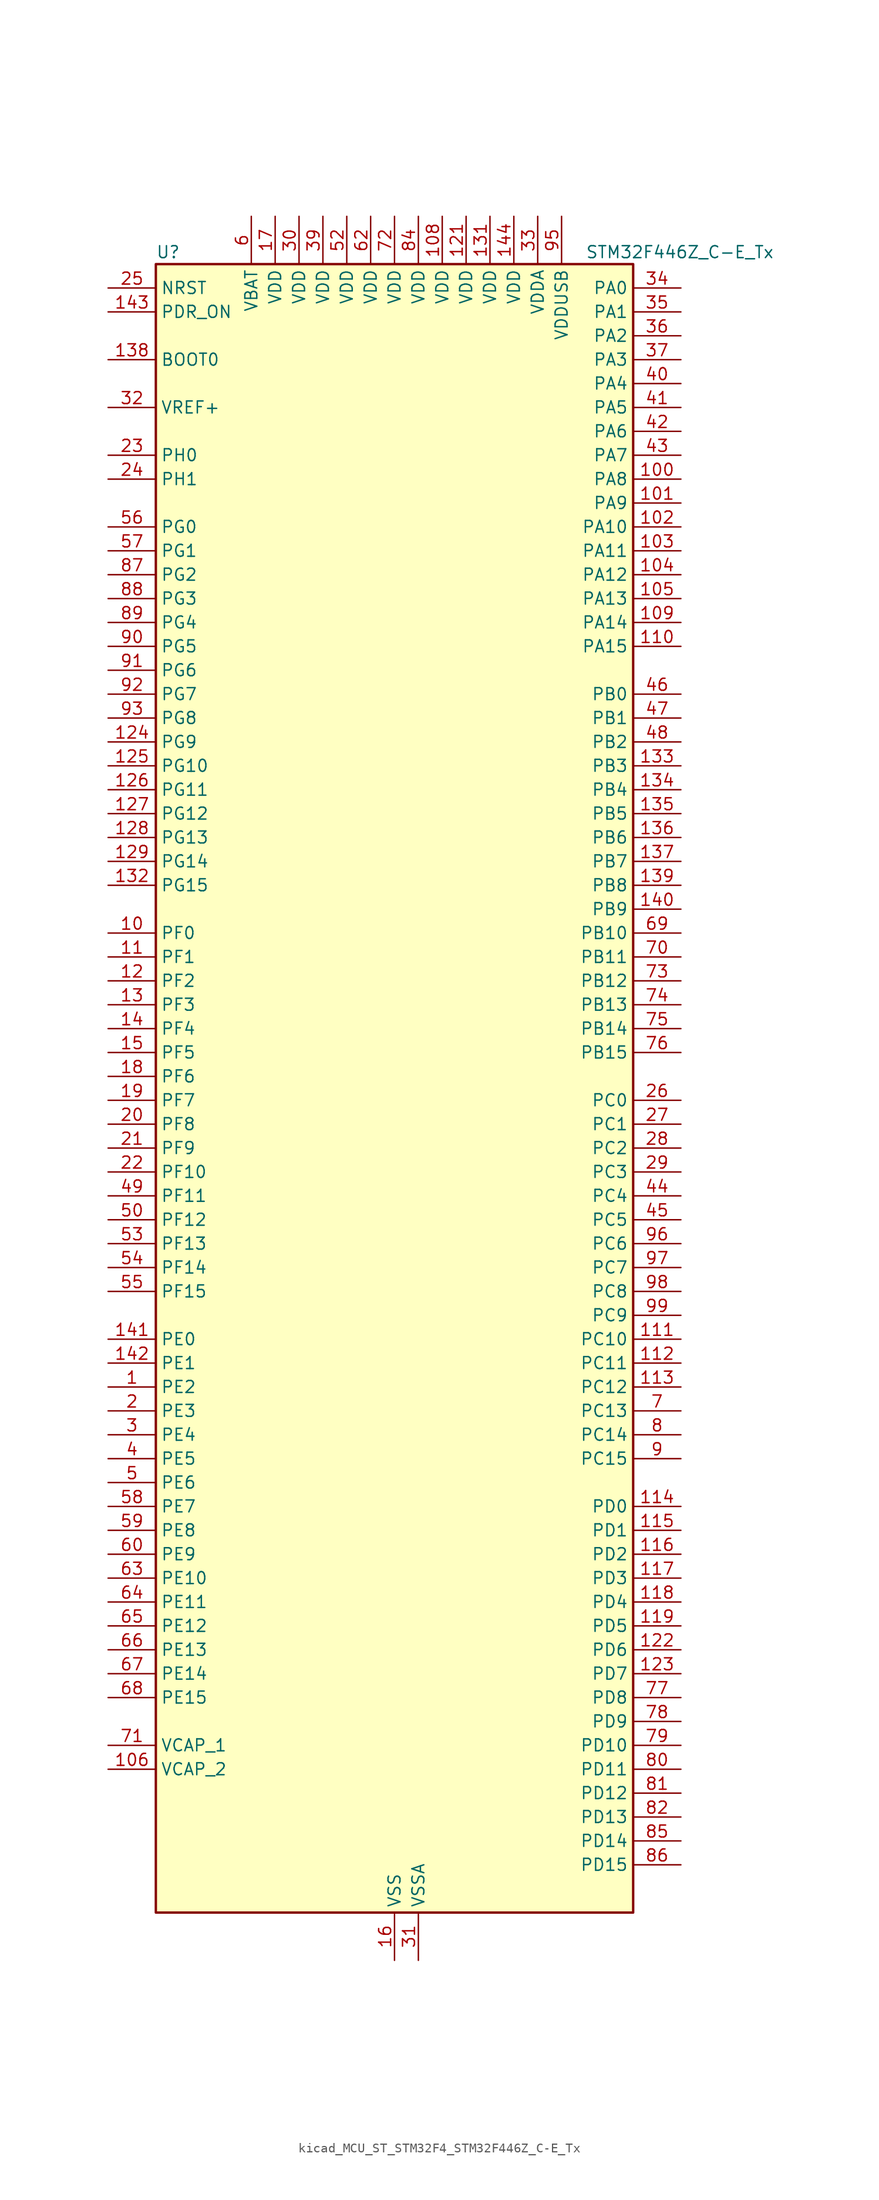
<source format=kicad_sym>
(kicad_symbol_lib
  (version 20220914)
  (generator kicad_symbol_editor)
  (symbol "kicad_MCU_ST_STM32F4_STM32F446Z_C-E_Tx"
    (property "Reference" "U"
      (at -25.4 90.17 0)
      (effects (font (size 1.27 1.27)) (justify left)))
    (property "Value" "STM32F446Z_C-E_Tx"
      (at 20.32 90.17 0)
      (effects (font (size 1.27 1.27)) (justify left)))
    (property "ki_locked" ""
      (at 0 0 0)
      (effects (font (size 1.27 1.27))))
    (symbol "kicad_MCU_ST_STM32F4_STM32F446Z_C-E_Tx_0_1"
      (rectangle (start -25.4 -86.36) (end 25.4 88.9) (stroke (width 0.254) (type default)) (fill (type background))))
    (symbol "kicad_MCU_ST_STM32F4_STM32F446Z_C-E_Tx_1_1"
      (pin bidirectional line (at -30.48 -30.48 0) (length 5.08) (name "PE2" (effects (font (size 1.27 1.27)))) (number "1" (effects (font (size 1.27 1.27)))) (alternate "FMC_A23" bidirectional line) (alternate "QUADSPI_BK1_IO2" bidirectional line) (alternate "SAI1_MCLK_A" bidirectional line) (alternate "SPI4_SCK" bidirectional line) (alternate "SYS_TRACECLK" bidirectional line))
      (pin bidirectional line (at -30.48 17.78 0) (length 5.08) (name "PF0" (effects (font (size 1.27 1.27)))) (number "10" (effects (font (size 1.27 1.27)))) (alternate "FMC_A0" bidirectional line) (alternate "I2C2_SDA" bidirectional line))
      (pin bidirectional line (at 30.48 66.04 180) (length 5.08) (name "PA8" (effects (font (size 1.27 1.27)))) (number "100" (effects (font (size 1.27 1.27)))) (alternate "I2C3_SCL" bidirectional line) (alternate "RCC_MCO_1" bidirectional line) (alternate "TIM1_CH1" bidirectional line) (alternate "USART1_CK" bidirectional line) (alternate "USB_OTG_FS_SOF" bidirectional line))
      (pin bidirectional line (at 30.48 63.5 180) (length 5.08) (name "PA9" (effects (font (size 1.27 1.27)))) (number "101" (effects (font (size 1.27 1.27)))) (alternate "DAC_EXTI9" bidirectional line) (alternate "DCMI_D0" bidirectional line) (alternate "I2C3_SMBA" bidirectional line) (alternate "I2S2_CK" bidirectional line) (alternate "SAI1_SD_B" bidirectional line) (alternate "SPI2_SCK" bidirectional line) (alternate "TIM1_CH2" bidirectional line) (alternate "USART1_TX" bidirectional line) (alternate "USB_OTG_FS_VBUS" bidirectional line))
      (pin bidirectional line (at 30.48 60.96 180) (length 5.08) (name "PA10" (effects (font (size 1.27 1.27)))) (number "102" (effects (font (size 1.27 1.27)))) (alternate "DCMI_D1" bidirectional line) (alternate "TIM1_CH3" bidirectional line) (alternate "USART1_RX" bidirectional line) (alternate "USB_OTG_FS_ID" bidirectional line))
      (pin bidirectional line (at 30.48 58.42 180) (length 5.08) (name "PA11" (effects (font (size 1.27 1.27)))) (number "103" (effects (font (size 1.27 1.27)))) (alternate "ADC1_EXTI11" bidirectional line) (alternate "ADC2_EXTI11" bidirectional line) (alternate "ADC3_EXTI11" bidirectional line) (alternate "CAN1_RX" bidirectional line) (alternate "TIM1_CH4" bidirectional line) (alternate "USART1_CTS" bidirectional line) (alternate "USB_OTG_FS_DM" bidirectional line))
      (pin bidirectional line (at 30.48 55.88 180) (length 5.08) (name "PA12" (effects (font (size 1.27 1.27)))) (number "104" (effects (font (size 1.27 1.27)))) (alternate "CAN1_TX" bidirectional line) (alternate "SAI2_FS_B" bidirectional line) (alternate "TIM1_ETR" bidirectional line) (alternate "USART1_RTS" bidirectional line) (alternate "USB_OTG_FS_DP" bidirectional line))
      (pin bidirectional line (at 30.48 53.34 180) (length 5.08) (name "PA13" (effects (font (size 1.27 1.27)))) (number "105" (effects (font (size 1.27 1.27)))) (alternate "SYS_JTMS-SWDIO" bidirectional line))
      (pin power_out line (at -30.48 -71.12 0) (length 5.08) (name "VCAP_2" (effects (font (size 1.27 1.27)))) (number "106" (effects (font (size 1.27 1.27)))))
      (pin passive line (at 0 -91.44 90) (length 5.08) hide (name "VSS" (effects (font (size 1.27 1.27)))) (number "107" (effects (font (size 1.27 1.27)))))
      (pin power_in line (at 5.08 93.98 270) (length 5.08) (name "VDD" (effects (font (size 1.27 1.27)))) (number "108" (effects (font (size 1.27 1.27)))))
      (pin bidirectional line (at 30.48 50.8 180) (length 5.08) (name "PA14" (effects (font (size 1.27 1.27)))) (number "109" (effects (font (size 1.27 1.27)))) (alternate "SYS_JTCK-SWCLK" bidirectional line))
      (pin bidirectional line (at -30.48 15.24 0) (length 5.08) (name "PF1" (effects (font (size 1.27 1.27)))) (number "11" (effects (font (size 1.27 1.27)))) (alternate "FMC_A1" bidirectional line) (alternate "I2C2_SCL" bidirectional line))
      (pin bidirectional line (at 30.48 48.26 180) (length 5.08) (name "PA15" (effects (font (size 1.27 1.27)))) (number "110" (effects (font (size 1.27 1.27)))) (alternate "ADC1_EXTI15" bidirectional line) (alternate "ADC2_EXTI15" bidirectional line) (alternate "ADC3_EXTI15" bidirectional line) (alternate "CEC" bidirectional line) (alternate "I2S1_WS" bidirectional line) (alternate "I2S3_WS" bidirectional line) (alternate "SPI1_NSS" bidirectional line) (alternate "SPI3_NSS" bidirectional line) (alternate "SYS_JTDI" bidirectional line) (alternate "TIM2_CH1" bidirectional line) (alternate "TIM2_ETR" bidirectional line) (alternate "UART4_RTS" bidirectional line))
      (pin bidirectional line (at 30.48 -25.4 180) (length 5.08) (name "PC10" (effects (font (size 1.27 1.27)))) (number "111" (effects (font (size 1.27 1.27)))) (alternate "DCMI_D8" bidirectional line) (alternate "I2S3_CK" bidirectional line) (alternate "QUADSPI_BK1_IO1" bidirectional line) (alternate "SDIO_D2" bidirectional line) (alternate "SPI3_SCK" bidirectional line) (alternate "UART4_TX" bidirectional line) (alternate "USART3_TX" bidirectional line))
      (pin bidirectional line (at 30.48 -27.94 180) (length 5.08) (name "PC11" (effects (font (size 1.27 1.27)))) (number "112" (effects (font (size 1.27 1.27)))) (alternate "ADC1_EXTI11" bidirectional line) (alternate "ADC2_EXTI11" bidirectional line) (alternate "ADC3_EXTI11" bidirectional line) (alternate "DCMI_D4" bidirectional line) (alternate "QUADSPI_BK2_NCS" bidirectional line) (alternate "SDIO_D3" bidirectional line) (alternate "SPI3_MISO" bidirectional line) (alternate "UART4_RX" bidirectional line) (alternate "USART3_RX" bidirectional line))
      (pin bidirectional line (at 30.48 -30.48 180) (length 5.08) (name "PC12" (effects (font (size 1.27 1.27)))) (number "113" (effects (font (size 1.27 1.27)))) (alternate "DCMI_D9" bidirectional line) (alternate "I2C2_SDA" bidirectional line) (alternate "I2S3_SD" bidirectional line) (alternate "SDIO_CK" bidirectional line) (alternate "SPI3_MOSI" bidirectional line) (alternate "UART5_TX" bidirectional line) (alternate "USART3_CK" bidirectional line))
      (pin bidirectional line (at 30.48 -43.18 180) (length 5.08) (name "PD0" (effects (font (size 1.27 1.27)))) (number "114" (effects (font (size 1.27 1.27)))) (alternate "CAN1_RX" bidirectional line) (alternate "FMC_D2" bidirectional line) (alternate "FMC_DA2" bidirectional line) (alternate "I2S3_SD" bidirectional line) (alternate "SPI3_MOSI" bidirectional line) (alternate "SPI4_MISO" bidirectional line))
      (pin bidirectional line (at 30.48 -45.72 180) (length 5.08) (name "PD1" (effects (font (size 1.27 1.27)))) (number "115" (effects (font (size 1.27 1.27)))) (alternate "CAN1_TX" bidirectional line) (alternate "FMC_D3" bidirectional line) (alternate "FMC_DA3" bidirectional line) (alternate "I2S2_WS" bidirectional line) (alternate "SPI2_NSS" bidirectional line))
      (pin bidirectional line (at 30.48 -48.26 180) (length 5.08) (name "PD2" (effects (font (size 1.27 1.27)))) (number "116" (effects (font (size 1.27 1.27)))) (alternate "DCMI_D11" bidirectional line) (alternate "SDIO_CMD" bidirectional line) (alternate "TIM3_ETR" bidirectional line) (alternate "UART5_RX" bidirectional line))
      (pin bidirectional line (at 30.48 -50.8 180) (length 5.08) (name "PD3" (effects (font (size 1.27 1.27)))) (number "117" (effects (font (size 1.27 1.27)))) (alternate "DCMI_D5" bidirectional line) (alternate "FMC_CLK" bidirectional line) (alternate "I2S2_CK" bidirectional line) (alternate "QUADSPI_CLK" bidirectional line) (alternate "SPI2_SCK" bidirectional line) (alternate "SYS_TRACED1" bidirectional line) (alternate "USART2_CTS" bidirectional line))
      (pin bidirectional line (at 30.48 -53.34 180) (length 5.08) (name "PD4" (effects (font (size 1.27 1.27)))) (number "118" (effects (font (size 1.27 1.27)))) (alternate "FMC_NOE" bidirectional line) (alternate "USART2_RTS" bidirectional line))
      (pin bidirectional line (at 30.48 -55.88 180) (length 5.08) (name "PD5" (effects (font (size 1.27 1.27)))) (number "119" (effects (font (size 1.27 1.27)))) (alternate "FMC_NWE" bidirectional line) (alternate "USART2_TX" bidirectional line))
      (pin bidirectional line (at -30.48 12.7 0) (length 5.08) (name "PF2" (effects (font (size 1.27 1.27)))) (number "12" (effects (font (size 1.27 1.27)))) (alternate "FMC_A2" bidirectional line) (alternate "I2C2_SMBA" bidirectional line))
      (pin passive line (at 0 -91.44 90) (length 5.08) hide (name "VSS" (effects (font (size 1.27 1.27)))) (number "120" (effects (font (size 1.27 1.27)))))
      (pin power_in line (at 7.62 93.98 270) (length 5.08) (name "VDD" (effects (font (size 1.27 1.27)))) (number "121" (effects (font (size 1.27 1.27)))))
      (pin bidirectional line (at 30.48 -58.42 180) (length 5.08) (name "PD6" (effects (font (size 1.27 1.27)))) (number "122" (effects (font (size 1.27 1.27)))) (alternate "DCMI_D10" bidirectional line) (alternate "FMC_NWAIT" bidirectional line) (alternate "I2S3_SD" bidirectional line) (alternate "SAI1_SD_A" bidirectional line) (alternate "SPI3_MOSI" bidirectional line) (alternate "USART2_RX" bidirectional line))
      (pin bidirectional line (at 30.48 -60.96 180) (length 5.08) (name "PD7" (effects (font (size 1.27 1.27)))) (number "123" (effects (font (size 1.27 1.27)))) (alternate "FMC_NE1" bidirectional line) (alternate "SPDIFRX_IN0" bidirectional line) (alternate "USART2_CK" bidirectional line))
      (pin bidirectional line (at -30.48 38.1 0) (length 5.08) (name "PG9" (effects (font (size 1.27 1.27)))) (number "124" (effects (font (size 1.27 1.27)))) (alternate "DAC_EXTI9" bidirectional line) (alternate "DCMI_VSYNC" bidirectional line) (alternate "FMC_NCE3" bidirectional line) (alternate "FMC_NE2" bidirectional line) (alternate "QUADSPI_BK2_IO2" bidirectional line) (alternate "SAI2_FS_B" bidirectional line) (alternate "SPDIFRX_IN3" bidirectional line) (alternate "USART6_RX" bidirectional line))
      (pin bidirectional line (at -30.48 35.56 0) (length 5.08) (name "PG10" (effects (font (size 1.27 1.27)))) (number "125" (effects (font (size 1.27 1.27)))) (alternate "DCMI_D2" bidirectional line) (alternate "FMC_NE3" bidirectional line) (alternate "SAI2_SD_B" bidirectional line))
      (pin bidirectional line (at -30.48 33.02 0) (length 5.08) (name "PG11" (effects (font (size 1.27 1.27)))) (number "126" (effects (font (size 1.27 1.27)))) (alternate "ADC1_EXTI11" bidirectional line) (alternate "ADC2_EXTI11" bidirectional line) (alternate "ADC3_EXTI11" bidirectional line) (alternate "DCMI_D3" bidirectional line) (alternate "SPDIFRX_IN0" bidirectional line) (alternate "SPI4_SCK" bidirectional line))
      (pin bidirectional line (at -30.48 30.48 0) (length 5.08) (name "PG12" (effects (font (size 1.27 1.27)))) (number "127" (effects (font (size 1.27 1.27)))) (alternate "FMC_NE4" bidirectional line) (alternate "SPDIFRX_IN1" bidirectional line) (alternate "SPI4_MISO" bidirectional line) (alternate "USART6_RTS" bidirectional line))
      (pin bidirectional line (at -30.48 27.94 0) (length 5.08) (name "PG13" (effects (font (size 1.27 1.27)))) (number "128" (effects (font (size 1.27 1.27)))) (alternate "FMC_A24" bidirectional line) (alternate "SPI4_MOSI" bidirectional line) (alternate "SYS_TRACED2" bidirectional line) (alternate "USART6_CTS" bidirectional line))
      (pin bidirectional line (at -30.48 25.4 0) (length 5.08) (name "PG14" (effects (font (size 1.27 1.27)))) (number "129" (effects (font (size 1.27 1.27)))) (alternate "FMC_A25" bidirectional line) (alternate "QUADSPI_BK2_IO3" bidirectional line) (alternate "SPI4_NSS" bidirectional line) (alternate "SYS_TRACED3" bidirectional line) (alternate "USART6_TX" bidirectional line))
      (pin bidirectional line (at -30.48 10.16 0) (length 5.08) (name "PF3" (effects (font (size 1.27 1.27)))) (number "13" (effects (font (size 1.27 1.27)))) (alternate "ADC3_IN9" bidirectional line) (alternate "FMC_A3" bidirectional line))
      (pin passive line (at 0 -91.44 90) (length 5.08) hide (name "VSS" (effects (font (size 1.27 1.27)))) (number "130" (effects (font (size 1.27 1.27)))))
      (pin power_in line (at 10.16 93.98 270) (length 5.08) (name "VDD" (effects (font (size 1.27 1.27)))) (number "131" (effects (font (size 1.27 1.27)))))
      (pin bidirectional line (at -30.48 22.86 0) (length 5.08) (name "PG15" (effects (font (size 1.27 1.27)))) (number "132" (effects (font (size 1.27 1.27)))) (alternate "ADC1_EXTI15" bidirectional line) (alternate "ADC2_EXTI15" bidirectional line) (alternate "ADC3_EXTI15" bidirectional line) (alternate "DCMI_D13" bidirectional line) (alternate "FMC_SDNCAS" bidirectional line) (alternate "USART6_CTS" bidirectional line))
      (pin bidirectional line (at 30.48 35.56 180) (length 5.08) (name "PB3" (effects (font (size 1.27 1.27)))) (number "133" (effects (font (size 1.27 1.27)))) (alternate "I2C2_SDA" bidirectional line) (alternate "I2S1_CK" bidirectional line) (alternate "I2S3_CK" bidirectional line) (alternate "SPI1_SCK" bidirectional line) (alternate "SPI3_SCK" bidirectional line) (alternate "SYS_JTDO-SWO" bidirectional line) (alternate "TIM2_CH2" bidirectional line))
      (pin bidirectional line (at 30.48 33.02 180) (length 5.08) (name "PB4" (effects (font (size 1.27 1.27)))) (number "134" (effects (font (size 1.27 1.27)))) (alternate "I2C3_SDA" bidirectional line) (alternate "I2S2_WS" bidirectional line) (alternate "SPI1_MISO" bidirectional line) (alternate "SPI2_NSS" bidirectional line) (alternate "SPI3_MISO" bidirectional line) (alternate "SYS_JTRST" bidirectional line) (alternate "TIM3_CH1" bidirectional line))
      (pin bidirectional line (at 30.48 30.48 180) (length 5.08) (name "PB5" (effects (font (size 1.27 1.27)))) (number "135" (effects (font (size 1.27 1.27)))) (alternate "CAN2_RX" bidirectional line) (alternate "DCMI_D10" bidirectional line) (alternate "FMC_SDCKE1" bidirectional line) (alternate "I2C1_SMBA" bidirectional line) (alternate "I2S1_SD" bidirectional line) (alternate "I2S3_SD" bidirectional line) (alternate "SPI1_MOSI" bidirectional line) (alternate "SPI3_MOSI" bidirectional line) (alternate "TIM3_CH2" bidirectional line) (alternate "USB_OTG_HS_ULPI_D7" bidirectional line))
      (pin bidirectional line (at 30.48 27.94 180) (length 5.08) (name "PB6" (effects (font (size 1.27 1.27)))) (number "136" (effects (font (size 1.27 1.27)))) (alternate "CAN2_TX" bidirectional line) (alternate "CEC" bidirectional line) (alternate "DCMI_D5" bidirectional line) (alternate "FMC_SDNE1" bidirectional line) (alternate "I2C1_SCL" bidirectional line) (alternate "QUADSPI_BK1_NCS" bidirectional line) (alternate "TIM4_CH1" bidirectional line) (alternate "USART1_TX" bidirectional line))
      (pin bidirectional line (at 30.48 25.4 180) (length 5.08) (name "PB7" (effects (font (size 1.27 1.27)))) (number "137" (effects (font (size 1.27 1.27)))) (alternate "DCMI_VSYNC" bidirectional line) (alternate "FMC_NL" bidirectional line) (alternate "I2C1_SDA" bidirectional line) (alternate "SPDIFRX_IN0" bidirectional line) (alternate "TIM4_CH2" bidirectional line) (alternate "USART1_RX" bidirectional line))
      (pin input line (at -30.48 78.74 0) (length 5.08) (name "BOOT0" (effects (font (size 1.27 1.27)))) (number "138" (effects (font (size 1.27 1.27)))))
      (pin bidirectional line (at 30.48 22.86 180) (length 5.08) (name "PB8" (effects (font (size 1.27 1.27)))) (number "139" (effects (font (size 1.27 1.27)))) (alternate "CAN1_RX" bidirectional line) (alternate "DCMI_D6" bidirectional line) (alternate "I2C1_SCL" bidirectional line) (alternate "SDIO_D4" bidirectional line) (alternate "TIM10_CH1" bidirectional line) (alternate "TIM2_CH1" bidirectional line) (alternate "TIM2_ETR" bidirectional line) (alternate "TIM4_CH3" bidirectional line))
      (pin bidirectional line (at -30.48 7.62 0) (length 5.08) (name "PF4" (effects (font (size 1.27 1.27)))) (number "14" (effects (font (size 1.27 1.27)))) (alternate "ADC3_IN14" bidirectional line) (alternate "FMC_A4" bidirectional line))
      (pin bidirectional line (at 30.48 20.32 180) (length 5.08) (name "PB9" (effects (font (size 1.27 1.27)))) (number "140" (effects (font (size 1.27 1.27)))) (alternate "CAN1_TX" bidirectional line) (alternate "DAC_EXTI9" bidirectional line) (alternate "DCMI_D7" bidirectional line) (alternate "I2C1_SDA" bidirectional line) (alternate "I2S2_WS" bidirectional line) (alternate "SAI1_FS_B" bidirectional line) (alternate "SDIO_D5" bidirectional line) (alternate "SPI2_NSS" bidirectional line) (alternate "TIM11_CH1" bidirectional line) (alternate "TIM2_CH2" bidirectional line) (alternate "TIM4_CH4" bidirectional line))
      (pin bidirectional line (at -30.48 -25.4 0) (length 5.08) (name "PE0" (effects (font (size 1.27 1.27)))) (number "141" (effects (font (size 1.27 1.27)))) (alternate "DCMI_D2" bidirectional line) (alternate "FMC_NBL0" bidirectional line) (alternate "SAI2_MCLK_A" bidirectional line) (alternate "TIM4_ETR" bidirectional line))
      (pin bidirectional line (at -30.48 -27.94 0) (length 5.08) (name "PE1" (effects (font (size 1.27 1.27)))) (number "142" (effects (font (size 1.27 1.27)))) (alternate "DCMI_D3" bidirectional line) (alternate "FMC_NBL1" bidirectional line))
      (pin input line (at -30.48 83.82 0) (length 5.08) (name "PDR_ON" (effects (font (size 1.27 1.27)))) (number "143" (effects (font (size 1.27 1.27)))))
      (pin power_in line (at 12.7 93.98 270) (length 5.08) (name "VDD" (effects (font (size 1.27 1.27)))) (number "144" (effects (font (size 1.27 1.27)))))
      (pin bidirectional line (at -30.48 5.08 0) (length 5.08) (name "PF5" (effects (font (size 1.27 1.27)))) (number "15" (effects (font (size 1.27 1.27)))) (alternate "ADC3_IN15" bidirectional line) (alternate "FMC_A5" bidirectional line))
      (pin power_in line (at 0 -91.44 90) (length 5.08) (name "VSS" (effects (font (size 1.27 1.27)))) (number "16" (effects (font (size 1.27 1.27)))))
      (pin power_in line (at -12.7 93.98 270) (length 5.08) (name "VDD" (effects (font (size 1.27 1.27)))) (number "17" (effects (font (size 1.27 1.27)))))
      (pin bidirectional line (at -30.48 2.54 0) (length 5.08) (name "PF6" (effects (font (size 1.27 1.27)))) (number "18" (effects (font (size 1.27 1.27)))) (alternate "ADC3_IN4" bidirectional line) (alternate "QUADSPI_BK1_IO3" bidirectional line) (alternate "SAI1_SD_B" bidirectional line) (alternate "TIM10_CH1" bidirectional line))
      (pin bidirectional line (at -30.48 0 0) (length 5.08) (name "PF7" (effects (font (size 1.27 1.27)))) (number "19" (effects (font (size 1.27 1.27)))) (alternate "ADC3_IN5" bidirectional line) (alternate "QUADSPI_BK1_IO2" bidirectional line) (alternate "SAI1_MCLK_B" bidirectional line) (alternate "TIM11_CH1" bidirectional line))
      (pin bidirectional line (at -30.48 -33.02 0) (length 5.08) (name "PE3" (effects (font (size 1.27 1.27)))) (number "2" (effects (font (size 1.27 1.27)))) (alternate "FMC_A19" bidirectional line) (alternate "SAI1_SD_B" bidirectional line) (alternate "SYS_TRACED0" bidirectional line))
      (pin bidirectional line (at -30.48 -2.54 0) (length 5.08) (name "PF8" (effects (font (size 1.27 1.27)))) (number "20" (effects (font (size 1.27 1.27)))) (alternate "ADC3_IN6" bidirectional line) (alternate "QUADSPI_BK1_IO0" bidirectional line) (alternate "SAI1_SCK_B" bidirectional line) (alternate "TIM13_CH1" bidirectional line))
      (pin bidirectional line (at -30.48 -5.08 0) (length 5.08) (name "PF9" (effects (font (size 1.27 1.27)))) (number "21" (effects (font (size 1.27 1.27)))) (alternate "ADC3_IN7" bidirectional line) (alternate "DAC_EXTI9" bidirectional line) (alternate "QUADSPI_BK1_IO1" bidirectional line) (alternate "SAI1_FS_B" bidirectional line) (alternate "TIM14_CH1" bidirectional line))
      (pin bidirectional line (at -30.48 -7.62 0) (length 5.08) (name "PF10" (effects (font (size 1.27 1.27)))) (number "22" (effects (font (size 1.27 1.27)))) (alternate "ADC3_IN8" bidirectional line) (alternate "DCMI_D11" bidirectional line))
      (pin bidirectional line (at -30.48 68.58 0) (length 5.08) (name "PH0" (effects (font (size 1.27 1.27)))) (number "23" (effects (font (size 1.27 1.27)))) (alternate "RCC_OSC_IN" bidirectional line))
      (pin bidirectional line (at -30.48 66.04 0) (length 5.08) (name "PH1" (effects (font (size 1.27 1.27)))) (number "24" (effects (font (size 1.27 1.27)))) (alternate "RCC_OSC_OUT" bidirectional line))
      (pin input line (at -30.48 86.36 0) (length 5.08) (name "NRST" (effects (font (size 1.27 1.27)))) (number "25" (effects (font (size 1.27 1.27)))))
      (pin bidirectional line (at 30.48 0 180) (length 5.08) (name "PC0" (effects (font (size 1.27 1.27)))) (number "26" (effects (font (size 1.27 1.27)))) (alternate "ADC1_IN10" bidirectional line) (alternate "ADC2_IN10" bidirectional line) (alternate "ADC3_IN10" bidirectional line) (alternate "FMC_SDNWE" bidirectional line) (alternate "SAI1_MCLK_B" bidirectional line) (alternate "USB_OTG_HS_ULPI_STP" bidirectional line))
      (pin bidirectional line (at 30.48 -2.54 180) (length 5.08) (name "PC1" (effects (font (size 1.27 1.27)))) (number "27" (effects (font (size 1.27 1.27)))) (alternate "ADC1_IN11" bidirectional line) (alternate "ADC2_IN11" bidirectional line) (alternate "ADC3_IN11" bidirectional line) (alternate "I2S2_SD" bidirectional line) (alternate "I2S3_SD" bidirectional line) (alternate "SAI1_SD_A" bidirectional line) (alternate "SPI2_MOSI" bidirectional line) (alternate "SPI3_MOSI" bidirectional line))
      (pin bidirectional line (at 30.48 -5.08 180) (length 5.08) (name "PC2" (effects (font (size 1.27 1.27)))) (number "28" (effects (font (size 1.27 1.27)))) (alternate "ADC1_IN12" bidirectional line) (alternate "ADC2_IN12" bidirectional line) (alternate "ADC3_IN12" bidirectional line) (alternate "FMC_SDNE0" bidirectional line) (alternate "SPI2_MISO" bidirectional line) (alternate "USB_OTG_HS_ULPI_DIR" bidirectional line))
      (pin bidirectional line (at 30.48 -7.62 180) (length 5.08) (name "PC3" (effects (font (size 1.27 1.27)))) (number "29" (effects (font (size 1.27 1.27)))) (alternate "ADC1_IN13" bidirectional line) (alternate "ADC2_IN13" bidirectional line) (alternate "ADC3_IN13" bidirectional line) (alternate "FMC_SDCKE0" bidirectional line) (alternate "I2S2_SD" bidirectional line) (alternate "SPI2_MOSI" bidirectional line) (alternate "USB_OTG_HS_ULPI_NXT" bidirectional line))
      (pin bidirectional line (at -30.48 -35.56 0) (length 5.08) (name "PE4" (effects (font (size 1.27 1.27)))) (number "3" (effects (font (size 1.27 1.27)))) (alternate "DCMI_D4" bidirectional line) (alternate "FMC_A20" bidirectional line) (alternate "SAI1_FS_A" bidirectional line) (alternate "SPI4_NSS" bidirectional line) (alternate "SYS_TRACED1" bidirectional line))
      (pin power_in line (at -10.16 93.98 270) (length 5.08) (name "VDD" (effects (font (size 1.27 1.27)))) (number "30" (effects (font (size 1.27 1.27)))))
      (pin power_in line (at 2.54 -91.44 90) (length 5.08) (name "VSSA" (effects (font (size 1.27 1.27)))) (number "31" (effects (font (size 1.27 1.27)))))
      (pin input line (at -30.48 73.66 0) (length 5.08) (name "VREF+" (effects (font (size 1.27 1.27)))) (number "32" (effects (font (size 1.27 1.27)))))
      (pin power_in line (at 15.24 93.98 270) (length 5.08) (name "VDDA" (effects (font (size 1.27 1.27)))) (number "33" (effects (font (size 1.27 1.27)))))
      (pin bidirectional line (at 30.48 86.36 180) (length 5.08) (name "PA0" (effects (font (size 1.27 1.27)))) (number "34" (effects (font (size 1.27 1.27)))) (alternate "ADC1_IN0" bidirectional line) (alternate "ADC2_IN0" bidirectional line) (alternate "ADC3_IN0" bidirectional line) (alternate "RTC_AF2" bidirectional line) (alternate "SYS_WKUP0" bidirectional line) (alternate "TIM2_CH1" bidirectional line) (alternate "TIM2_ETR" bidirectional line) (alternate "TIM5_CH1" bidirectional line) (alternate "TIM8_ETR" bidirectional line) (alternate "UART4_TX" bidirectional line) (alternate "USART2_CTS" bidirectional line))
      (pin bidirectional line (at 30.48 83.82 180) (length 5.08) (name "PA1" (effects (font (size 1.27 1.27)))) (number "35" (effects (font (size 1.27 1.27)))) (alternate "ADC1_IN1" bidirectional line) (alternate "ADC2_IN1" bidirectional line) (alternate "ADC3_IN1" bidirectional line) (alternate "QUADSPI_BK1_IO3" bidirectional line) (alternate "SAI2_MCLK_B" bidirectional line) (alternate "TIM2_CH2" bidirectional line) (alternate "TIM5_CH2" bidirectional line) (alternate "UART4_RX" bidirectional line) (alternate "USART2_RTS" bidirectional line))
      (pin bidirectional line (at 30.48 81.28 180) (length 5.08) (name "PA2" (effects (font (size 1.27 1.27)))) (number "36" (effects (font (size 1.27 1.27)))) (alternate "ADC1_IN2" bidirectional line) (alternate "ADC2_IN2" bidirectional line) (alternate "ADC3_IN2" bidirectional line) (alternate "SAI2_SCK_B" bidirectional line) (alternate "TIM2_CH3" bidirectional line) (alternate "TIM5_CH3" bidirectional line) (alternate "TIM9_CH1" bidirectional line) (alternate "USART2_TX" bidirectional line))
      (pin bidirectional line (at 30.48 78.74 180) (length 5.08) (name "PA3" (effects (font (size 1.27 1.27)))) (number "37" (effects (font (size 1.27 1.27)))) (alternate "ADC1_IN3" bidirectional line) (alternate "ADC2_IN3" bidirectional line) (alternate "ADC3_IN3" bidirectional line) (alternate "SAI1_FS_A" bidirectional line) (alternate "TIM2_CH4" bidirectional line) (alternate "TIM5_CH4" bidirectional line) (alternate "TIM9_CH2" bidirectional line) (alternate "USART2_RX" bidirectional line) (alternate "USB_OTG_HS_ULPI_D0" bidirectional line))
      (pin passive line (at 0 -91.44 90) (length 5.08) hide (name "VSS" (effects (font (size 1.27 1.27)))) (number "38" (effects (font (size 1.27 1.27)))))
      (pin power_in line (at -7.62 93.98 270) (length 5.08) (name "VDD" (effects (font (size 1.27 1.27)))) (number "39" (effects (font (size 1.27 1.27)))))
      (pin bidirectional line (at -30.48 -38.1 0) (length 5.08) (name "PE5" (effects (font (size 1.27 1.27)))) (number "4" (effects (font (size 1.27 1.27)))) (alternate "DCMI_D6" bidirectional line) (alternate "FMC_A21" bidirectional line) (alternate "SAI1_SCK_A" bidirectional line) (alternate "SPI4_MISO" bidirectional line) (alternate "SYS_TRACED2" bidirectional line) (alternate "TIM9_CH1" bidirectional line))
      (pin bidirectional line (at 30.48 76.2 180) (length 5.08) (name "PA4" (effects (font (size 1.27 1.27)))) (number "40" (effects (font (size 1.27 1.27)))) (alternate "ADC1_IN4" bidirectional line) (alternate "ADC2_IN4" bidirectional line) (alternate "DAC_OUT1" bidirectional line) (alternate "DCMI_HSYNC" bidirectional line) (alternate "I2S1_WS" bidirectional line) (alternate "I2S3_WS" bidirectional line) (alternate "SPI1_NSS" bidirectional line) (alternate "SPI3_NSS" bidirectional line) (alternate "USART2_CK" bidirectional line) (alternate "USB_OTG_HS_SOF" bidirectional line))
      (pin bidirectional line (at 30.48 73.66 180) (length 5.08) (name "PA5" (effects (font (size 1.27 1.27)))) (number "41" (effects (font (size 1.27 1.27)))) (alternate "ADC1_IN5" bidirectional line) (alternate "ADC2_IN5" bidirectional line) (alternate "DAC_OUT2" bidirectional line) (alternate "I2S1_CK" bidirectional line) (alternate "SPI1_SCK" bidirectional line) (alternate "TIM2_CH1" bidirectional line) (alternate "TIM2_ETR" bidirectional line) (alternate "TIM8_CH1N" bidirectional line) (alternate "USB_OTG_HS_ULPI_CK" bidirectional line))
      (pin bidirectional line (at 30.48 71.12 180) (length 5.08) (name "PA6" (effects (font (size 1.27 1.27)))) (number "42" (effects (font (size 1.27 1.27)))) (alternate "ADC1_IN6" bidirectional line) (alternate "ADC2_IN6" bidirectional line) (alternate "DCMI_PIXCLK" bidirectional line) (alternate "I2S2_MCK" bidirectional line) (alternate "SPI1_MISO" bidirectional line) (alternate "TIM13_CH1" bidirectional line) (alternate "TIM1_BKIN" bidirectional line) (alternate "TIM3_CH1" bidirectional line) (alternate "TIM8_BKIN" bidirectional line))
      (pin bidirectional line (at 30.48 68.58 180) (length 5.08) (name "PA7" (effects (font (size 1.27 1.27)))) (number "43" (effects (font (size 1.27 1.27)))) (alternate "ADC1_IN7" bidirectional line) (alternate "ADC2_IN7" bidirectional line) (alternate "FMC_SDNWE" bidirectional line) (alternate "I2S1_SD" bidirectional line) (alternate "SPI1_MOSI" bidirectional line) (alternate "TIM14_CH1" bidirectional line) (alternate "TIM1_CH1N" bidirectional line) (alternate "TIM3_CH2" bidirectional line) (alternate "TIM8_CH1N" bidirectional line))
      (pin bidirectional line (at 30.48 -10.16 180) (length 5.08) (name "PC4" (effects (font (size 1.27 1.27)))) (number "44" (effects (font (size 1.27 1.27)))) (alternate "ADC1_IN14" bidirectional line) (alternate "ADC2_IN14" bidirectional line) (alternate "FMC_SDNE0" bidirectional line) (alternate "I2S1_MCK" bidirectional line) (alternate "SPDIFRX_IN2" bidirectional line))
      (pin bidirectional line (at 30.48 -12.7 180) (length 5.08) (name "PC5" (effects (font (size 1.27 1.27)))) (number "45" (effects (font (size 1.27 1.27)))) (alternate "ADC1_IN15" bidirectional line) (alternate "ADC2_IN15" bidirectional line) (alternate "FMC_SDCKE0" bidirectional line) (alternate "SPDIFRX_IN3" bidirectional line) (alternate "USART3_RX" bidirectional line))
      (pin bidirectional line (at 30.48 43.18 180) (length 5.08) (name "PB0" (effects (font (size 1.27 1.27)))) (number "46" (effects (font (size 1.27 1.27)))) (alternate "ADC1_IN8" bidirectional line) (alternate "ADC2_IN8" bidirectional line) (alternate "I2S3_SD" bidirectional line) (alternate "SDIO_D1" bidirectional line) (alternate "SPI3_MOSI" bidirectional line) (alternate "TIM1_CH2N" bidirectional line) (alternate "TIM3_CH3" bidirectional line) (alternate "TIM8_CH2N" bidirectional line) (alternate "UART4_CTS" bidirectional line) (alternate "USB_OTG_HS_ULPI_D1" bidirectional line))
      (pin bidirectional line (at 30.48 40.64 180) (length 5.08) (name "PB1" (effects (font (size 1.27 1.27)))) (number "47" (effects (font (size 1.27 1.27)))) (alternate "ADC1_IN9" bidirectional line) (alternate "ADC2_IN9" bidirectional line) (alternate "SDIO_D2" bidirectional line) (alternate "TIM1_CH3N" bidirectional line) (alternate "TIM3_CH4" bidirectional line) (alternate "TIM8_CH3N" bidirectional line) (alternate "USB_OTG_HS_ULPI_D2" bidirectional line))
      (pin bidirectional line (at 30.48 38.1 180) (length 5.08) (name "PB2" (effects (font (size 1.27 1.27)))) (number "48" (effects (font (size 1.27 1.27)))) (alternate "I2S3_SD" bidirectional line) (alternate "QUADSPI_CLK" bidirectional line) (alternate "SAI1_SD_A" bidirectional line) (alternate "SDIO_CK" bidirectional line) (alternate "SPI3_MOSI" bidirectional line) (alternate "TIM2_CH4" bidirectional line) (alternate "USB_OTG_HS_ULPI_D4" bidirectional line))
      (pin bidirectional line (at -30.48 -10.16 0) (length 5.08) (name "PF11" (effects (font (size 1.27 1.27)))) (number "49" (effects (font (size 1.27 1.27)))) (alternate "ADC1_EXTI11" bidirectional line) (alternate "ADC2_EXTI11" bidirectional line) (alternate "ADC3_EXTI11" bidirectional line) (alternate "DCMI_D12" bidirectional line) (alternate "FMC_SDNRAS" bidirectional line) (alternate "SAI2_SD_B" bidirectional line))
      (pin bidirectional line (at -30.48 -40.64 0) (length 5.08) (name "PE6" (effects (font (size 1.27 1.27)))) (number "5" (effects (font (size 1.27 1.27)))) (alternate "DCMI_D7" bidirectional line) (alternate "FMC_A22" bidirectional line) (alternate "SAI1_SD_A" bidirectional line) (alternate "SPI4_MOSI" bidirectional line) (alternate "SYS_TRACED3" bidirectional line) (alternate "TIM9_CH2" bidirectional line))
      (pin bidirectional line (at -30.48 -12.7 0) (length 5.08) (name "PF12" (effects (font (size 1.27 1.27)))) (number "50" (effects (font (size 1.27 1.27)))) (alternate "FMC_A6" bidirectional line))
      (pin passive line (at 0 -91.44 90) (length 5.08) hide (name "VSS" (effects (font (size 1.27 1.27)))) (number "51" (effects (font (size 1.27 1.27)))))
      (pin power_in line (at -5.08 93.98 270) (length 5.08) (name "VDD" (effects (font (size 1.27 1.27)))) (number "52" (effects (font (size 1.27 1.27)))))
      (pin bidirectional line (at -30.48 -15.24 0) (length 5.08) (name "PF13" (effects (font (size 1.27 1.27)))) (number "53" (effects (font (size 1.27 1.27)))) (alternate "FMC_A7" bidirectional line) (alternate "FMPI2C1_SMBA" bidirectional line))
      (pin bidirectional line (at -30.48 -17.78 0) (length 5.08) (name "PF14" (effects (font (size 1.27 1.27)))) (number "54" (effects (font (size 1.27 1.27)))) (alternate "FMC_A8" bidirectional line) (alternate "FMPI2C1_SCL" bidirectional line))
      (pin bidirectional line (at -30.48 -20.32 0) (length 5.08) (name "PF15" (effects (font (size 1.27 1.27)))) (number "55" (effects (font (size 1.27 1.27)))) (alternate "ADC1_EXTI15" bidirectional line) (alternate "ADC2_EXTI15" bidirectional line) (alternate "ADC3_EXTI15" bidirectional line) (alternate "FMC_A9" bidirectional line) (alternate "FMPI2C1_SDA" bidirectional line))
      (pin bidirectional line (at -30.48 60.96 0) (length 5.08) (name "PG0" (effects (font (size 1.27 1.27)))) (number "56" (effects (font (size 1.27 1.27)))) (alternate "FMC_A10" bidirectional line))
      (pin bidirectional line (at -30.48 58.42 0) (length 5.08) (name "PG1" (effects (font (size 1.27 1.27)))) (number "57" (effects (font (size 1.27 1.27)))) (alternate "FMC_A11" bidirectional line))
      (pin bidirectional line (at -30.48 -43.18 0) (length 5.08) (name "PE7" (effects (font (size 1.27 1.27)))) (number "58" (effects (font (size 1.27 1.27)))) (alternate "FMC_D4" bidirectional line) (alternate "FMC_DA4" bidirectional line) (alternate "QUADSPI_BK2_IO0" bidirectional line) (alternate "TIM1_ETR" bidirectional line) (alternate "UART5_RX" bidirectional line))
      (pin bidirectional line (at -30.48 -45.72 0) (length 5.08) (name "PE8" (effects (font (size 1.27 1.27)))) (number "59" (effects (font (size 1.27 1.27)))) (alternate "FMC_D5" bidirectional line) (alternate "FMC_DA5" bidirectional line) (alternate "QUADSPI_BK2_IO1" bidirectional line) (alternate "TIM1_CH1N" bidirectional line) (alternate "UART5_TX" bidirectional line))
      (pin power_in line (at -15.24 93.98 270) (length 5.08) (name "VBAT" (effects (font (size 1.27 1.27)))) (number "6" (effects (font (size 1.27 1.27)))))
      (pin bidirectional line (at -30.48 -48.26 0) (length 5.08) (name "PE9" (effects (font (size 1.27 1.27)))) (number "60" (effects (font (size 1.27 1.27)))) (alternate "DAC_EXTI9" bidirectional line) (alternate "FMC_D6" bidirectional line) (alternate "FMC_DA6" bidirectional line) (alternate "QUADSPI_BK2_IO2" bidirectional line) (alternate "TIM1_CH1" bidirectional line))
      (pin passive line (at 0 -91.44 90) (length 5.08) hide (name "VSS" (effects (font (size 1.27 1.27)))) (number "61" (effects (font (size 1.27 1.27)))))
      (pin power_in line (at -2.54 93.98 270) (length 5.08) (name "VDD" (effects (font (size 1.27 1.27)))) (number "62" (effects (font (size 1.27 1.27)))))
      (pin bidirectional line (at -30.48 -50.8 0) (length 5.08) (name "PE10" (effects (font (size 1.27 1.27)))) (number "63" (effects (font (size 1.27 1.27)))) (alternate "FMC_D7" bidirectional line) (alternate "FMC_DA7" bidirectional line) (alternate "QUADSPI_BK2_IO3" bidirectional line) (alternate "TIM1_CH2N" bidirectional line))
      (pin bidirectional line (at -30.48 -53.34 0) (length 5.08) (name "PE11" (effects (font (size 1.27 1.27)))) (number "64" (effects (font (size 1.27 1.27)))) (alternate "ADC1_EXTI11" bidirectional line) (alternate "ADC2_EXTI11" bidirectional line) (alternate "ADC3_EXTI11" bidirectional line) (alternate "FMC_D8" bidirectional line) (alternate "FMC_DA8" bidirectional line) (alternate "SAI2_SD_B" bidirectional line) (alternate "SPI4_NSS" bidirectional line) (alternate "TIM1_CH2" bidirectional line))
      (pin bidirectional line (at -30.48 -55.88 0) (length 5.08) (name "PE12" (effects (font (size 1.27 1.27)))) (number "65" (effects (font (size 1.27 1.27)))) (alternate "FMC_D9" bidirectional line) (alternate "FMC_DA9" bidirectional line) (alternate "SAI2_SCK_B" bidirectional line) (alternate "SPI4_SCK" bidirectional line) (alternate "TIM1_CH3N" bidirectional line))
      (pin bidirectional line (at -30.48 -58.42 0) (length 5.08) (name "PE13" (effects (font (size 1.27 1.27)))) (number "66" (effects (font (size 1.27 1.27)))) (alternate "FMC_D10" bidirectional line) (alternate "FMC_DA10" bidirectional line) (alternate "SAI2_FS_B" bidirectional line) (alternate "SPI4_MISO" bidirectional line) (alternate "TIM1_CH3" bidirectional line))
      (pin bidirectional line (at -30.48 -60.96 0) (length 5.08) (name "PE14" (effects (font (size 1.27 1.27)))) (number "67" (effects (font (size 1.27 1.27)))) (alternate "FMC_D11" bidirectional line) (alternate "FMC_DA11" bidirectional line) (alternate "SAI2_MCLK_B" bidirectional line) (alternate "SPI4_MOSI" bidirectional line) (alternate "TIM1_CH4" bidirectional line))
      (pin bidirectional line (at -30.48 -63.5 0) (length 5.08) (name "PE15" (effects (font (size 1.27 1.27)))) (number "68" (effects (font (size 1.27 1.27)))) (alternate "ADC1_EXTI15" bidirectional line) (alternate "ADC2_EXTI15" bidirectional line) (alternate "ADC3_EXTI15" bidirectional line) (alternate "FMC_D12" bidirectional line) (alternate "FMC_DA12" bidirectional line) (alternate "TIM1_BKIN" bidirectional line))
      (pin bidirectional line (at 30.48 17.78 180) (length 5.08) (name "PB10" (effects (font (size 1.27 1.27)))) (number "69" (effects (font (size 1.27 1.27)))) (alternate "I2C2_SCL" bidirectional line) (alternate "I2S2_CK" bidirectional line) (alternate "SAI1_SCK_A" bidirectional line) (alternate "SPI2_SCK" bidirectional line) (alternate "TIM2_CH3" bidirectional line) (alternate "USART3_TX" bidirectional line) (alternate "USB_OTG_HS_ULPI_D3" bidirectional line))
      (pin bidirectional line (at 30.48 -33.02 180) (length 5.08) (name "PC13" (effects (font (size 1.27 1.27)))) (number "7" (effects (font (size 1.27 1.27)))) (alternate "RTC_AF1" bidirectional line) (alternate "SYS_WKUP1" bidirectional line))
      (pin bidirectional line (at 30.48 15.24 180) (length 5.08) (name "PB11" (effects (font (size 1.27 1.27)))) (number "70" (effects (font (size 1.27 1.27)))) (alternate "ADC1_EXTI11" bidirectional line) (alternate "ADC2_EXTI11" bidirectional line) (alternate "ADC3_EXTI11" bidirectional line) (alternate "I2C2_SDA" bidirectional line) (alternate "SAI2_SD_A" bidirectional line) (alternate "TIM2_CH4" bidirectional line) (alternate "USART3_RX" bidirectional line))
      (pin power_out line (at -30.48 -68.58 0) (length 5.08) (name "VCAP_1" (effects (font (size 1.27 1.27)))) (number "71" (effects (font (size 1.27 1.27)))))
      (pin power_in line (at 0 93.98 270) (length 5.08) (name "VDD" (effects (font (size 1.27 1.27)))) (number "72" (effects (font (size 1.27 1.27)))))
      (pin bidirectional line (at 30.48 12.7 180) (length 5.08) (name "PB12" (effects (font (size 1.27 1.27)))) (number "73" (effects (font (size 1.27 1.27)))) (alternate "CAN2_RX" bidirectional line) (alternate "I2C2_SMBA" bidirectional line) (alternate "I2S2_WS" bidirectional line) (alternate "SAI1_SCK_B" bidirectional line) (alternate "SPI2_NSS" bidirectional line) (alternate "TIM1_BKIN" bidirectional line) (alternate "USART3_CK" bidirectional line) (alternate "USB_OTG_HS_ID" bidirectional line) (alternate "USB_OTG_HS_ULPI_D5" bidirectional line))
      (pin bidirectional line (at 30.48 10.16 180) (length 5.08) (name "PB13" (effects (font (size 1.27 1.27)))) (number "74" (effects (font (size 1.27 1.27)))) (alternate "CAN2_TX" bidirectional line) (alternate "I2S2_CK" bidirectional line) (alternate "SPI2_SCK" bidirectional line) (alternate "TIM1_CH1N" bidirectional line) (alternate "USART3_CTS" bidirectional line) (alternate "USB_OTG_HS_ULPI_D6" bidirectional line) (alternate "USB_OTG_HS_VBUS" bidirectional line))
      (pin bidirectional line (at 30.48 7.62 180) (length 5.08) (name "PB14" (effects (font (size 1.27 1.27)))) (number "75" (effects (font (size 1.27 1.27)))) (alternate "SPI2_MISO" bidirectional line) (alternate "TIM12_CH1" bidirectional line) (alternate "TIM1_CH2N" bidirectional line) (alternate "TIM8_CH2N" bidirectional line) (alternate "USART3_RTS" bidirectional line) (alternate "USB_OTG_HS_DM" bidirectional line))
      (pin bidirectional line (at 30.48 5.08 180) (length 5.08) (name "PB15" (effects (font (size 1.27 1.27)))) (number "76" (effects (font (size 1.27 1.27)))) (alternate "ADC1_EXTI15" bidirectional line) (alternate "ADC2_EXTI15" bidirectional line) (alternate "ADC3_EXTI15" bidirectional line) (alternate "I2S2_SD" bidirectional line) (alternate "RTC_REFIN" bidirectional line) (alternate "SPI2_MOSI" bidirectional line) (alternate "TIM12_CH2" bidirectional line) (alternate "TIM1_CH3N" bidirectional line) (alternate "TIM8_CH3N" bidirectional line) (alternate "USB_OTG_HS_DP" bidirectional line))
      (pin bidirectional line (at 30.48 -63.5 180) (length 5.08) (name "PD8" (effects (font (size 1.27 1.27)))) (number "77" (effects (font (size 1.27 1.27)))) (alternate "FMC_D13" bidirectional line) (alternate "FMC_DA13" bidirectional line) (alternate "SPDIFRX_IN1" bidirectional line) (alternate "USART3_TX" bidirectional line))
      (pin bidirectional line (at 30.48 -66.04 180) (length 5.08) (name "PD9" (effects (font (size 1.27 1.27)))) (number "78" (effects (font (size 1.27 1.27)))) (alternate "DAC_EXTI9" bidirectional line) (alternate "FMC_D14" bidirectional line) (alternate "FMC_DA14" bidirectional line) (alternate "USART3_RX" bidirectional line))
      (pin bidirectional line (at 30.48 -68.58 180) (length 5.08) (name "PD10" (effects (font (size 1.27 1.27)))) (number "79" (effects (font (size 1.27 1.27)))) (alternate "FMC_D15" bidirectional line) (alternate "FMC_DA15" bidirectional line) (alternate "USART3_CK" bidirectional line))
      (pin bidirectional line (at 30.48 -35.56 180) (length 5.08) (name "PC14" (effects (font (size 1.27 1.27)))) (number "8" (effects (font (size 1.27 1.27)))) (alternate "RCC_OSC32_IN" bidirectional line))
      (pin bidirectional line (at 30.48 -71.12 180) (length 5.08) (name "PD11" (effects (font (size 1.27 1.27)))) (number "80" (effects (font (size 1.27 1.27)))) (alternate "ADC1_EXTI11" bidirectional line) (alternate "ADC2_EXTI11" bidirectional line) (alternate "ADC3_EXTI11" bidirectional line) (alternate "FMC_A16" bidirectional line) (alternate "FMC_CLE" bidirectional line) (alternate "FMPI2C1_SMBA" bidirectional line) (alternate "QUADSPI_BK1_IO0" bidirectional line) (alternate "SAI2_SD_A" bidirectional line) (alternate "USART3_CTS" bidirectional line))
      (pin bidirectional line (at 30.48 -73.66 180) (length 5.08) (name "PD12" (effects (font (size 1.27 1.27)))) (number "81" (effects (font (size 1.27 1.27)))) (alternate "FMC_A17" bidirectional line) (alternate "FMC_ALE" bidirectional line) (alternate "FMPI2C1_SCL" bidirectional line) (alternate "QUADSPI_BK1_IO1" bidirectional line) (alternate "SAI2_FS_A" bidirectional line) (alternate "TIM4_CH1" bidirectional line) (alternate "USART3_RTS" bidirectional line))
      (pin bidirectional line (at 30.48 -76.2 180) (length 5.08) (name "PD13" (effects (font (size 1.27 1.27)))) (number "82" (effects (font (size 1.27 1.27)))) (alternate "FMC_A18" bidirectional line) (alternate "FMPI2C1_SDA" bidirectional line) (alternate "QUADSPI_BK1_IO3" bidirectional line) (alternate "SAI2_SCK_A" bidirectional line) (alternate "TIM4_CH2" bidirectional line))
      (pin passive line (at 0 -91.44 90) (length 5.08) hide (name "VSS" (effects (font (size 1.27 1.27)))) (number "83" (effects (font (size 1.27 1.27)))))
      (pin power_in line (at 2.54 93.98 270) (length 5.08) (name "VDD" (effects (font (size 1.27 1.27)))) (number "84" (effects (font (size 1.27 1.27)))))
      (pin bidirectional line (at 30.48 -78.74 180) (length 5.08) (name "PD14" (effects (font (size 1.27 1.27)))) (number "85" (effects (font (size 1.27 1.27)))) (alternate "FMC_D0" bidirectional line) (alternate "FMC_DA0" bidirectional line) (alternate "FMPI2C1_SCL" bidirectional line) (alternate "SAI2_SCK_A" bidirectional line) (alternate "TIM4_CH3" bidirectional line))
      (pin bidirectional line (at 30.48 -81.28 180) (length 5.08) (name "PD15" (effects (font (size 1.27 1.27)))) (number "86" (effects (font (size 1.27 1.27)))) (alternate "ADC1_EXTI15" bidirectional line) (alternate "ADC2_EXTI15" bidirectional line) (alternate "ADC3_EXTI15" bidirectional line) (alternate "FMC_D1" bidirectional line) (alternate "FMC_DA1" bidirectional line) (alternate "FMPI2C1_SDA" bidirectional line) (alternate "TIM4_CH4" bidirectional line))
      (pin bidirectional line (at -30.48 55.88 0) (length 5.08) (name "PG2" (effects (font (size 1.27 1.27)))) (number "87" (effects (font (size 1.27 1.27)))) (alternate "FMC_A12" bidirectional line))
      (pin bidirectional line (at -30.48 53.34 0) (length 5.08) (name "PG3" (effects (font (size 1.27 1.27)))) (number "88" (effects (font (size 1.27 1.27)))) (alternate "FMC_A13" bidirectional line))
      (pin bidirectional line (at -30.48 50.8 0) (length 5.08) (name "PG4" (effects (font (size 1.27 1.27)))) (number "89" (effects (font (size 1.27 1.27)))) (alternate "FMC_A14" bidirectional line) (alternate "FMC_BA0" bidirectional line))
      (pin bidirectional line (at 30.48 -38.1 180) (length 5.08) (name "PC15" (effects (font (size 1.27 1.27)))) (number "9" (effects (font (size 1.27 1.27)))) (alternate "ADC1_EXTI15" bidirectional line) (alternate "ADC2_EXTI15" bidirectional line) (alternate "ADC3_EXTI15" bidirectional line) (alternate "RCC_OSC32_OUT" bidirectional line))
      (pin bidirectional line (at -30.48 48.26 0) (length 5.08) (name "PG5" (effects (font (size 1.27 1.27)))) (number "90" (effects (font (size 1.27 1.27)))) (alternate "FMC_A15" bidirectional line) (alternate "FMC_BA1" bidirectional line))
      (pin bidirectional line (at -30.48 45.72 0) (length 5.08) (name "PG6" (effects (font (size 1.27 1.27)))) (number "91" (effects (font (size 1.27 1.27)))) (alternate "DCMI_D12" bidirectional line) (alternate "QUADSPI_BK1_NCS" bidirectional line))
      (pin bidirectional line (at -30.48 43.18 0) (length 5.08) (name "PG7" (effects (font (size 1.27 1.27)))) (number "92" (effects (font (size 1.27 1.27)))) (alternate "DCMI_D13" bidirectional line) (alternate "FMC_INT3" bidirectional line) (alternate "USART6_CK" bidirectional line))
      (pin bidirectional line (at -30.48 40.64 0) (length 5.08) (name "PG8" (effects (font (size 1.27 1.27)))) (number "93" (effects (font (size 1.27 1.27)))) (alternate "FMC_SDCLK" bidirectional line) (alternate "SPDIFRX_IN2" bidirectional line) (alternate "USART6_RTS" bidirectional line))
      (pin passive line (at 0 -91.44 90) (length 5.08) hide (name "VSS" (effects (font (size 1.27 1.27)))) (number "94" (effects (font (size 1.27 1.27)))))
      (pin power_in line (at 17.78 93.98 270) (length 5.08) (name "VDDUSB" (effects (font (size 1.27 1.27)))) (number "95" (effects (font (size 1.27 1.27)))))
      (pin bidirectional line (at 30.48 -15.24 180) (length 5.08) (name "PC6" (effects (font (size 1.27 1.27)))) (number "96" (effects (font (size 1.27 1.27)))) (alternate "DCMI_D0" bidirectional line) (alternate "FMPI2C1_SCL" bidirectional line) (alternate "I2S2_MCK" bidirectional line) (alternate "SDIO_D6" bidirectional line) (alternate "TIM3_CH1" bidirectional line) (alternate "TIM8_CH1" bidirectional line) (alternate "USART6_TX" bidirectional line))
      (pin bidirectional line (at 30.48 -17.78 180) (length 5.08) (name "PC7" (effects (font (size 1.27 1.27)))) (number "97" (effects (font (size 1.27 1.27)))) (alternate "DCMI_D1" bidirectional line) (alternate "FMPI2C1_SDA" bidirectional line) (alternate "I2S2_CK" bidirectional line) (alternate "I2S3_MCK" bidirectional line) (alternate "SDIO_D7" bidirectional line) (alternate "SPDIFRX_IN1" bidirectional line) (alternate "SPI2_SCK" bidirectional line) (alternate "TIM3_CH2" bidirectional line) (alternate "TIM8_CH2" bidirectional line) (alternate "USART6_RX" bidirectional line))
      (pin bidirectional line (at 30.48 -20.32 180) (length 5.08) (name "PC8" (effects (font (size 1.27 1.27)))) (number "98" (effects (font (size 1.27 1.27)))) (alternate "DCMI_D2" bidirectional line) (alternate "SDIO_D0" bidirectional line) (alternate "SYS_TRACED0" bidirectional line) (alternate "TIM3_CH3" bidirectional line) (alternate "TIM8_CH3" bidirectional line) (alternate "UART5_RTS" bidirectional line) (alternate "USART6_CK" bidirectional line))
      (pin bidirectional line (at 30.48 -22.86 180) (length 5.08) (name "PC9" (effects (font (size 1.27 1.27)))) (number "99" (effects (font (size 1.27 1.27)))) (alternate "DAC_EXTI9" bidirectional line) (alternate "DCMI_D3" bidirectional line) (alternate "I2C3_SDA" bidirectional line) (alternate "I2S_CKIN" bidirectional line) (alternate "QUADSPI_BK1_IO0" bidirectional line) (alternate "RCC_MCO_2" bidirectional line) (alternate "SDIO_D1" bidirectional line) (alternate "TIM3_CH4" bidirectional line) (alternate "TIM8_CH4" bidirectional line) (alternate "UART5_CTS" bidirectional line)))))
</source>
